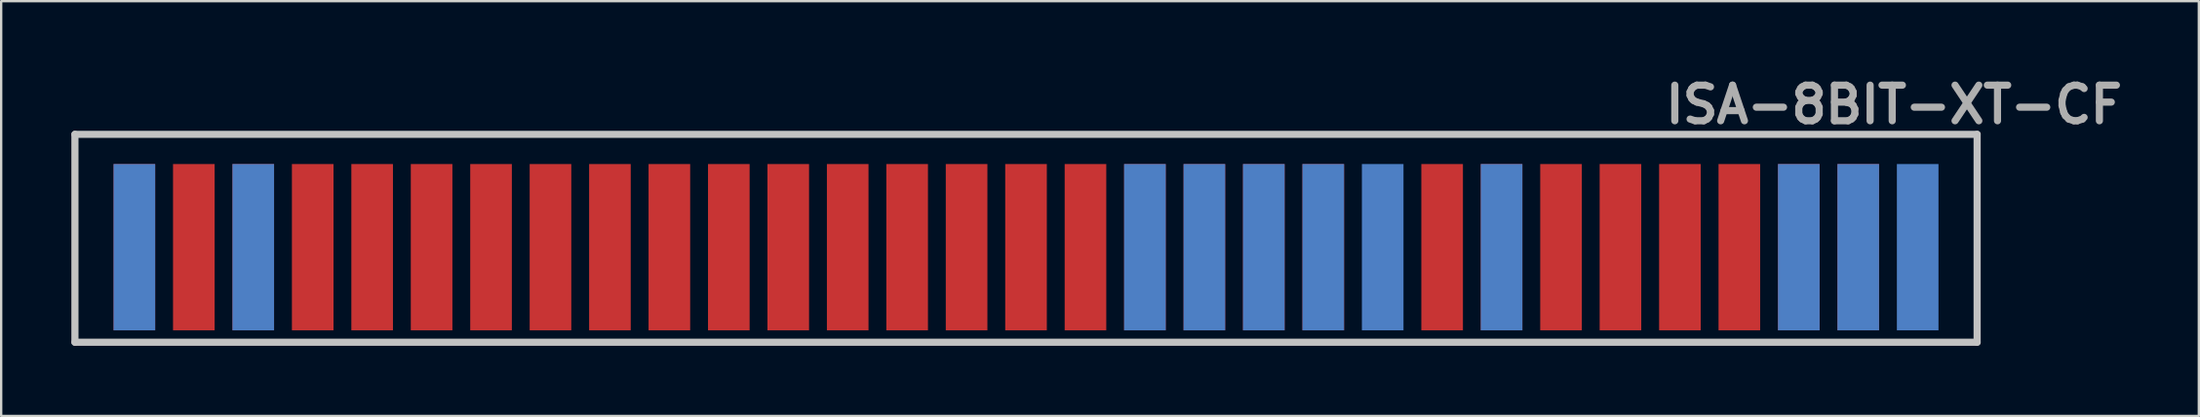
<source format=kicad_pcb>
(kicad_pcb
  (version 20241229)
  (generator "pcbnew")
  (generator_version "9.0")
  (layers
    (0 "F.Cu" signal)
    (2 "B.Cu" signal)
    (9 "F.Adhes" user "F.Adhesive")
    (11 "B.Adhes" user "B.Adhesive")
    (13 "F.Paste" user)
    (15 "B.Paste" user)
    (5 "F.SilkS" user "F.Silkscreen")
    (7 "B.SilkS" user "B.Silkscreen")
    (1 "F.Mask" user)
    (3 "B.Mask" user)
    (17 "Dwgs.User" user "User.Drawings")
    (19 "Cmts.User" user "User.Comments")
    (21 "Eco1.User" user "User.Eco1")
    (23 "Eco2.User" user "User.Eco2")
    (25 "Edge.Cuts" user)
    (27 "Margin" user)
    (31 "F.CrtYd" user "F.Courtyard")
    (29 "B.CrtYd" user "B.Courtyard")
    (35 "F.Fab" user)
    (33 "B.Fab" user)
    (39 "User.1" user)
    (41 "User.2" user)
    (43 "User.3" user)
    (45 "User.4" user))
  (footprint "ISA-8BIT-XT-CF"
    (layer "F.Cu")
    (at 40.792 7.776)
    (property "Reference" "ISA-8BIT-XT-CF" (at 37.084 -6.35 0) (layer "F.Fab") (effects (font (size 1.524 1.524) (thickness 0.305))))
    (attr through_hole)
    (fp_line (start -40.64 -5.08) (end 40.64 -5.08) (stroke (width 0.305) (type solid)) (layer "Dwgs.User"))
    (fp_line (start -40.64 3.81) (end -40.64 -5.08) (stroke (width 0.305) (type solid)) (layer "Dwgs.User"))
    (fp_line (start 40.64 -5.08) (end 40.64 3.81) (stroke (width 0.305) (type solid)) (layer "Dwgs.User"))
    (fp_line (start 40.64 3.81) (end -40.64 3.81) (stroke (width 0.305) (type solid)) (layer "Dwgs.User"))
    (pad "1" connect rect (at 38.1 -0.254) (size 1.778 7.112) (layers "B.Cu" "B.Mask"))
    (pad "2" connect rect (at 35.56 -0.254) (size 1.778 7.112) (layers "B.Cu" "B.Mask"))
    (pad "3" connect rect (at 33.02 -0.254) (size 1.778 7.112) (layers "B.Cu" "B.Mask"))
    (pad "8" connect rect (at 20.32 -0.254) (size 1.778 7.112) (layers "B.Cu" "B.Mask"))
    (pad "10" connect rect (at 15.24 -0.254) (size 1.778 7.112) (layers "B.Cu" "B.Mask"))
    (pad "11" connect rect (at 12.7 -0.254) (size 1.778 7.112) (layers "B.Cu" "B.Mask"))
    (pad "12" connect rect (at 10.16 -0.254) (size 1.778 7.112) (layers "B.Cu" "B.Mask"))
    (pad "13" connect rect (at 7.62 -0.254) (size 1.778 7.112) (layers "B.Cu" "B.Mask"))
    (pad "14" connect rect (at 5.08 -0.254) (size 1.778 7.112) (layers "B.Cu" "B.Mask"))
    (pad "29" connect rect (at -33.02 -0.254) (size 1.778 7.112) (layers "B.Cu" "B.Mask"))
    (pad "31" connect rect (at -38.1 -0.254) (size 1.778 7.112) (layers "B.Cu" "B.Mask"))
    (pad "33" connect rect (at 35.56 -0.254) (size 1.778 7.112) (layers "F.Cu" "F.Mask"))
    (pad "34" connect rect (at 33.02 -0.254) (size 1.778 7.112) (layers "F.Cu" "F.Mask"))
    (pad "35" connect rect (at 30.48 -0.254) (size 1.778 7.112) (layers "F.Cu" "F.Mask"))
    (pad "36" connect rect (at 27.94 -0.254) (size 1.778 7.112) (layers "F.Cu" "F.Mask"))
    (pad "37" connect rect (at 25.4 -0.254) (size 1.778 7.112) (layers "F.Cu" "F.Mask"))
    (pad "38" connect rect (at 22.86 -0.254) (size 1.778 7.112) (layers "F.Cu" "F.Mask"))
    (pad "39" connect rect (at 20.32 -0.254) (size 1.778 7.112) (layers "F.Cu" "F.Mask"))
    (pad "40" connect rect (at 17.78 -0.254) (size 1.778 7.112) (layers "F.Cu" "F.Mask"))
    (pad "42" connect rect (at 12.7 -0.254) (size 1.778 7.112) (layers "F.Cu" "F.Mask"))
    (pad "43" connect rect (at 10.16 -0.254) (size 1.778 7.112) (layers "F.Cu" "F.Mask"))
    (pad "44" connect rect (at 7.62 -0.254) (size 1.778 7.112) (layers "F.Cu" "F.Mask"))
    (pad "45" connect rect (at 5.08 -0.254) (size 1.778 7.112) (layers "F.Cu" "F.Mask"))
    (pad "46" connect rect (at 2.54 -0.254) (size 1.778 7.112) (layers "F.Cu" "F.Mask"))
    (pad "47" connect rect (at 0 -0.254) (size 1.778 7.112) (layers "F.Cu" "F.Mask"))
    (pad "48" connect rect (at -2.54 -0.254) (size 1.778 7.112) (layers "F.Cu" "F.Mask"))
    (pad "49" connect rect (at -5.08 -0.254) (size 1.778 7.112) (layers "F.Cu" "F.Mask"))
    (pad "50" connect rect (at -7.62 -0.254) (size 1.778 7.112) (layers "F.Cu" "F.Mask"))
    (pad "51" connect rect (at -10.16 -0.254) (size 1.778 7.112) (layers "F.Cu" "F.Mask"))
    (pad "52" connect rect (at -12.7 -0.254) (size 1.778 7.112) (layers "F.Cu" "F.Mask"))
    (pad "53" connect rect (at -15.24 -0.254) (size 1.778 7.112) (layers "F.Cu" "F.Mask"))
    (pad "54" connect rect (at -17.78 -0.254) (size 1.778 7.112) (layers "F.Cu" "F.Mask"))
    (pad "55" connect rect (at -20.32 -0.254) (size 1.778 7.112) (layers "F.Cu" "F.Mask"))
    (pad "56" connect rect (at -22.86 -0.254) (size 1.778 7.112) (layers "F.Cu" "F.Mask"))
    (pad "57" connect rect (at -25.4 -0.254) (size 1.778 7.112) (layers "F.Cu" "F.Mask"))
    (pad "58" connect rect (at -27.94 -0.254) (size 1.778 7.112) (layers "F.Cu" "F.Mask"))
    (pad "59" connect rect (at -30.48 -0.254) (size 1.778 7.112) (layers "F.Cu" "F.Mask"))
    (pad "60" connect rect (at -33.02 -0.254) (size 1.778 7.112) (layers "F.Cu" "F.Mask"))
    (pad "61" connect rect (at -35.56 -0.254) (size 1.778 7.112) (layers "F.Cu" "F.Mask"))
    (pad "62" connect rect (at -38.1 -0.254) (size 1.778 7.112) (layers "F.Cu" "F.Mask")))
  (gr_rect
    (start -3 -3)
    (end 90.906 14.739)
    (stroke (width 0.1) (type default))
    (fill no)
    (layer "Edge.Cuts")))
</source>
